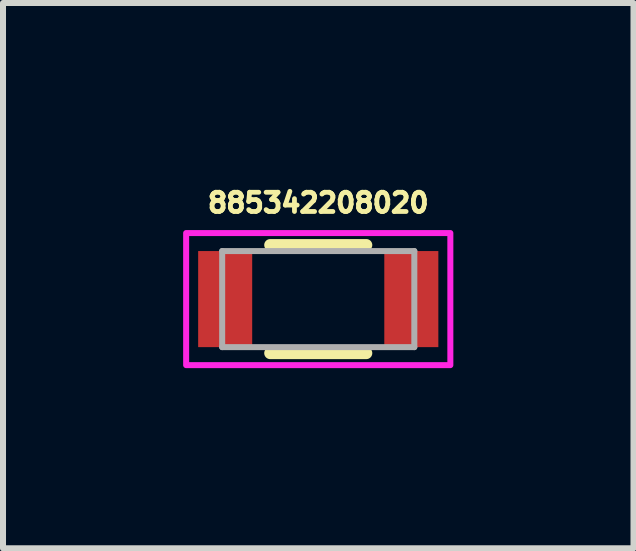
<source format=kicad_pcb>
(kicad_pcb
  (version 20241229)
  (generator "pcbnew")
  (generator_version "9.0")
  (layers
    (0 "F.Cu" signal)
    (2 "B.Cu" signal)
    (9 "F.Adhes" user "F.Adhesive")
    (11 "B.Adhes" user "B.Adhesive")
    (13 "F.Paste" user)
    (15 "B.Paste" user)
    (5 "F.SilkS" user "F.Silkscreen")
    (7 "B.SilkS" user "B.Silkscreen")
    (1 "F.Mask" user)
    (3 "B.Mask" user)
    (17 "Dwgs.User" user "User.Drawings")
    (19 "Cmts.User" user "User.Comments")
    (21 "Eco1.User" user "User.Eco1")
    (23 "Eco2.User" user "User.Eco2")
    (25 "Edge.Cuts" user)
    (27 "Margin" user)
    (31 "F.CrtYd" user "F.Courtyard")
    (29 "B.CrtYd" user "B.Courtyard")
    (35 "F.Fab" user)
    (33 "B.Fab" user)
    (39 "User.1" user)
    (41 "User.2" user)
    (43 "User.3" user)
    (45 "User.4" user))
  (footprint "885342208020"
    (layer "F.Cu")
    (at 2.25 1.931)
    (property "Reference" "885342208020" (at 0 -1.603 0) (layer "F.SilkS") (effects (font (size 0.32 0.32) (thickness 0.08))))
    (attr smd)
    (fp_line (start -0.8 -0.9) (end 0.8 -0.9) (stroke (width 0.2) (type solid)) (layer "F.SilkS"))
    (fp_line (start 0.8 0.9) (end -0.8 0.9) (stroke (width 0.2) (type solid)) (layer "F.SilkS"))
    (fp_poly (pts (xy -2.2 -1.1) (xy 2.2 -1.1) (xy 2.2 1.1) (xy -2.2 1.1)) (stroke (width 0.1) (type solid)) (fill no) (layer "F.CrtYd"))
    (fp_line (start -1.6 -0.8) (end -1.6 0.8) (stroke (width 0.1) (type solid)) (layer "F.Fab"))
    (fp_line (start -1.6 -0.8) (end 1.6 -0.8) (stroke (width 0.1) (type solid)) (layer "F.Fab"))
    (fp_line (start -1.6 0.8) (end 1.6 0.8) (stroke (width 0.1) (type solid)) (layer "F.Fab"))
    (fp_line (start 1.6 0.8) (end 1.6 -0.8) (stroke (width 0.1) (type solid)) (layer "F.Fab"))
    (pad "1" smd rect (at -1.55 0) (size 0.9 1.6) (layers "F.Cu" "F.Mask" "F.Paste"))
    (pad "2" smd rect (at 1.55 0) (size 0.9 1.6) (layers "F.Cu" "F.Mask" "F.Paste")))
  (gr_rect
    (start -3 -3)
    (end 7.5 6.081)
    (stroke (width 0.1) (type default))
    (fill no)
    (layer "Edge.Cuts")))
</source>
